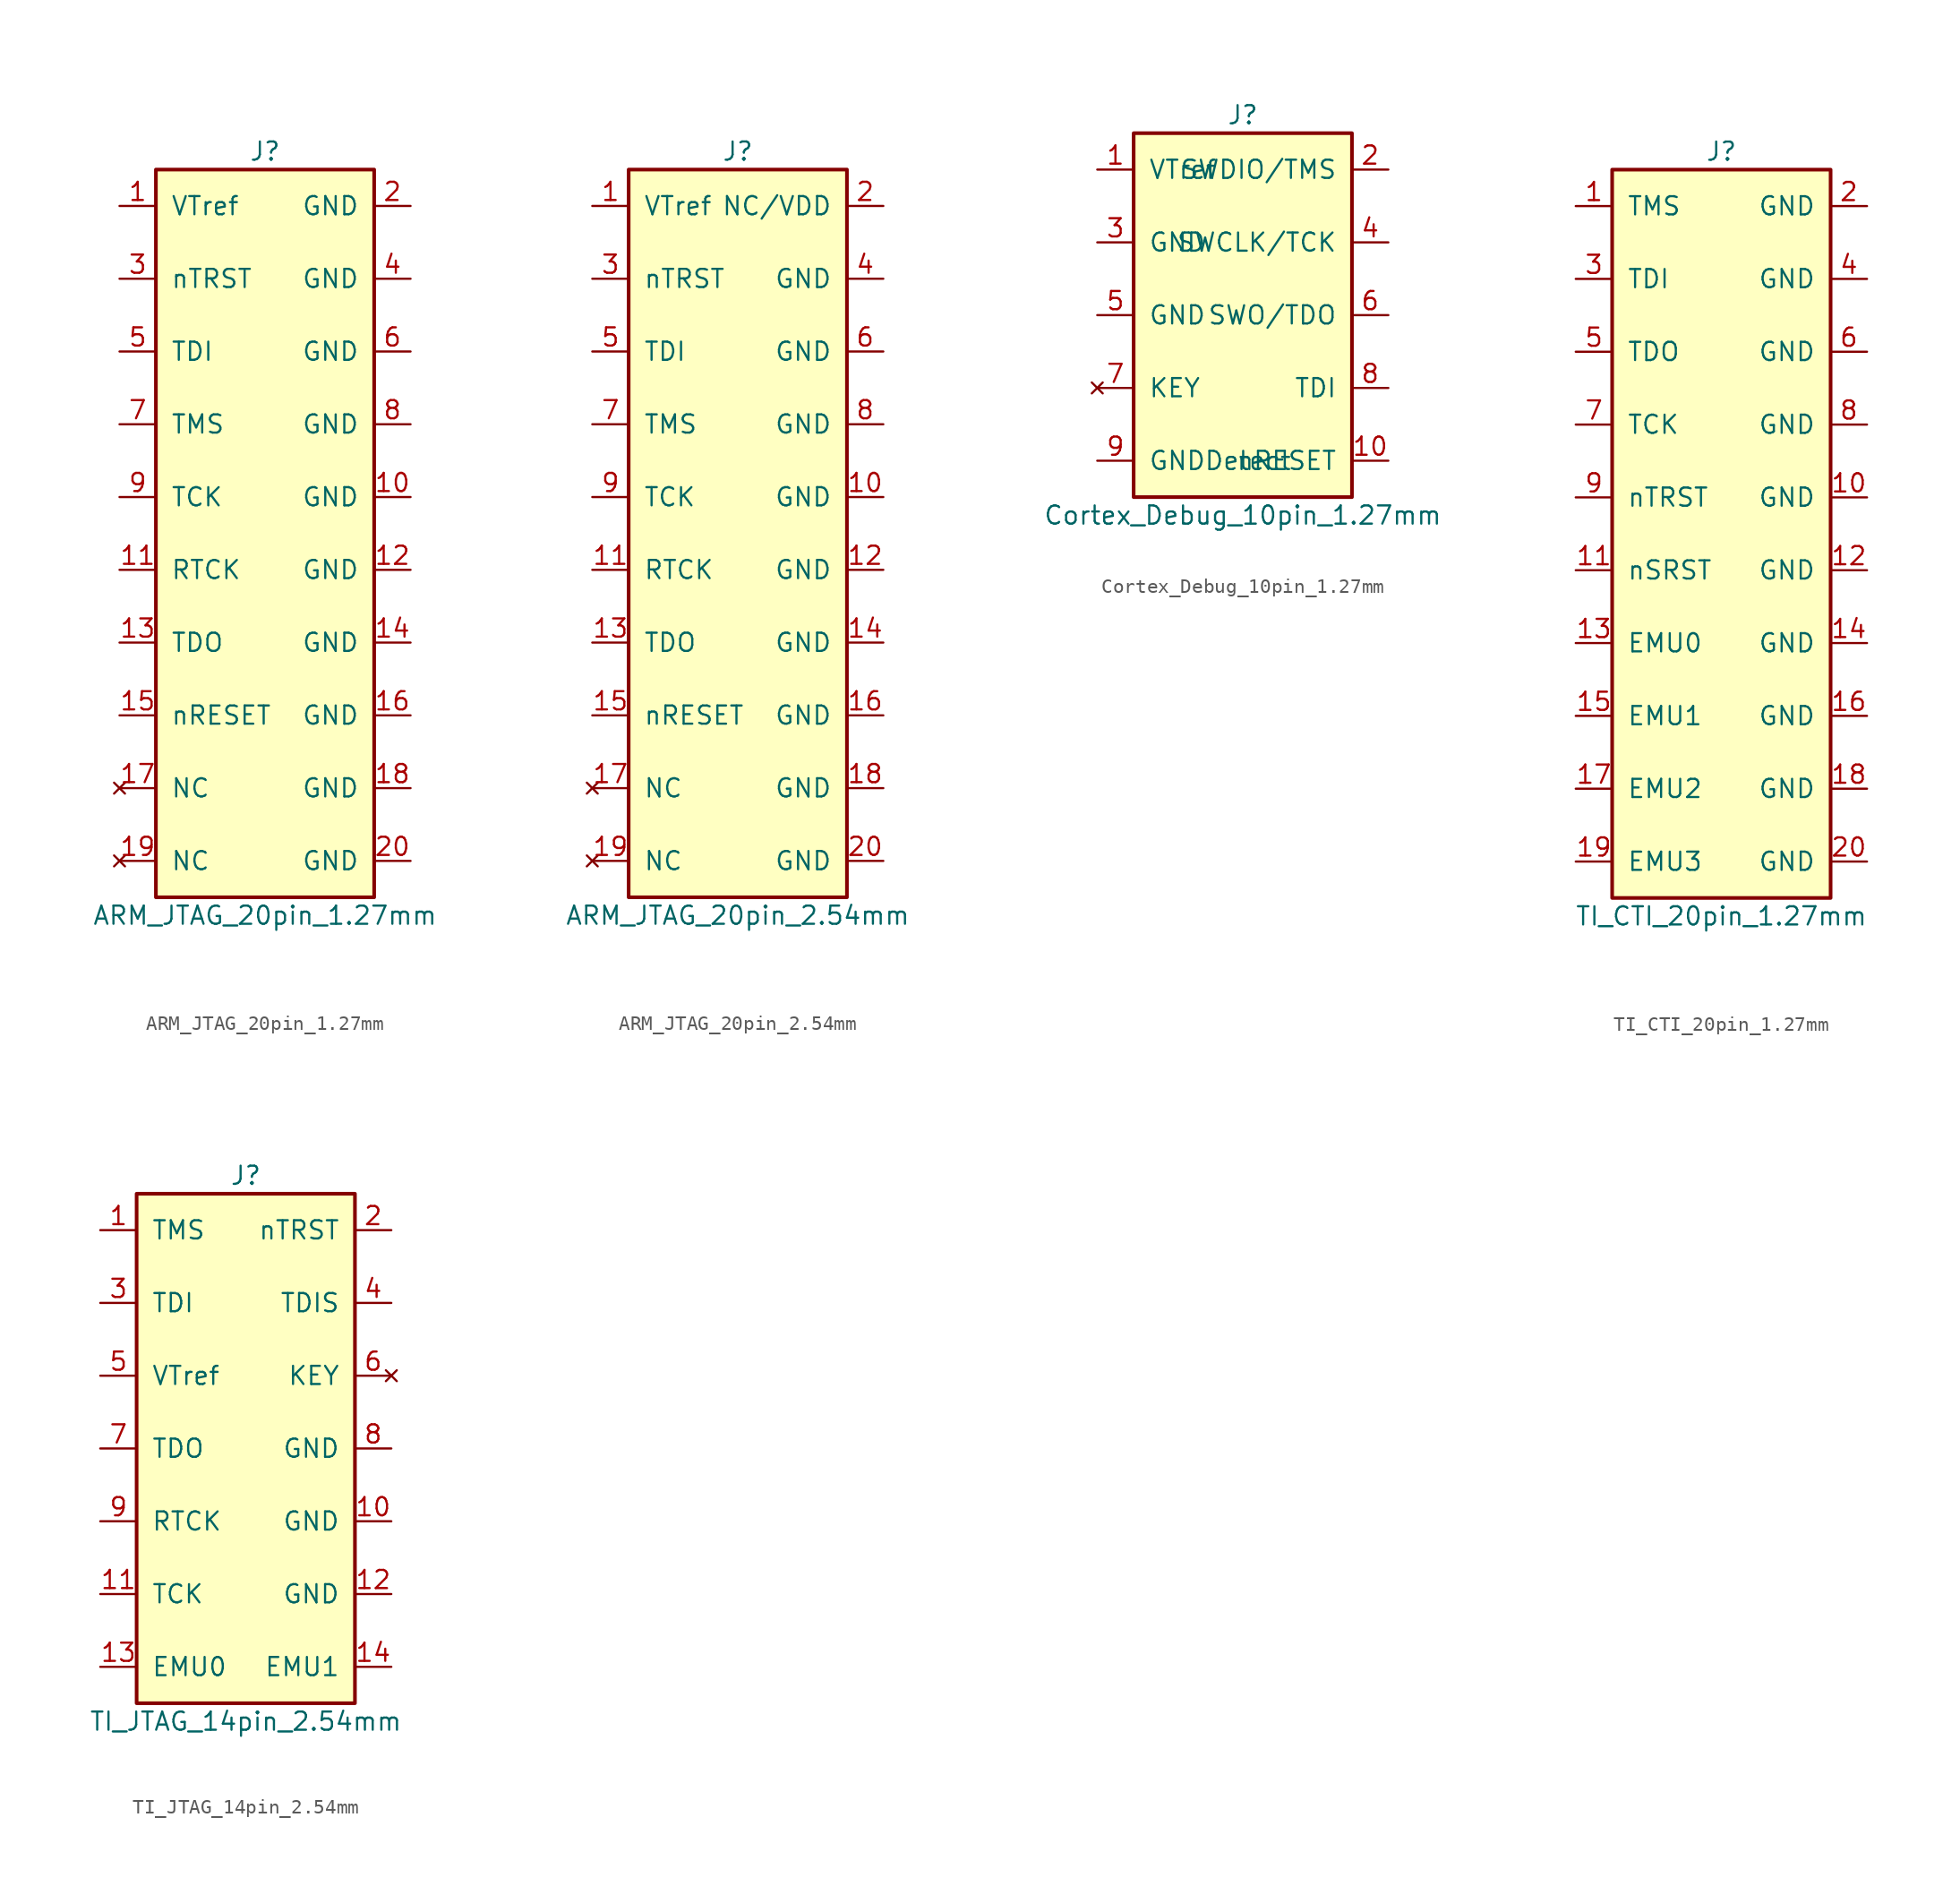
<source format=kicad_sym>
(kicad_symbol_lib
  (version 20231120)
  (generator "python-script")
  (generator_version "2.0")
  (symbol "ARM_JTAG_20pin_1.27mm"
    (pin_names
      (offset 1.016))
    (property "Reference" "J"
      (at 0 26.67 0)
      (effects (font (size 1.27 1.27))))
    (property "Value" "ARM_JTAG_20pin_1.27mm"
      (at 0 -26.67 0)
      (effects (font (size 1.27 1.27))))
    (symbol "ARM_JTAG_20pin_1.27mm_1_1"
      (rectangle (start -7.62 25.40) (end 7.62 -25.40) (stroke (width 0.254) (type default)) (fill (type background)))
      (pin power_in line (at -10.16 22.86 0) (length 2.54) (name "VTref" (effects (font (size 1.27 1.27)))) (number "1" (effects (font (size 1.27 1.27)))))
      (pin power_in line (at 10.16 22.86 180) (length 2.54) (name "GND" (effects (font (size 1.27 1.27)))) (number "2" (effects (font (size 1.27 1.27)))))
      (pin input line (at -10.16 17.78 0) (length 2.54) (name "nTRST" (effects (font (size 1.27 1.27)))) (number "3" (effects (font (size 1.27 1.27)))))
      (pin power_in line (at 10.16 17.78 180) (length 2.54) (name "GND" (effects (font (size 1.27 1.27)))) (number "4" (effects (font (size 1.27 1.27)))))
      (pin input line (at -10.16 12.7 0) (length 2.54) (name "TDI" (effects (font (size 1.27 1.27)))) (number "5" (effects (font (size 1.27 1.27)))))
      (pin power_in line (at 10.16 12.7 180) (length 2.54) (name "GND" (effects (font (size 1.27 1.27)))) (number "6" (effects (font (size 1.27 1.27)))))
      (pin input line (at -10.16 7.62 0) (length 2.54) (name "TMS" (effects (font (size 1.27 1.27)))) (number "7" (effects (font (size 1.27 1.27)))))
      (pin power_in line (at 10.16 7.62 180) (length 2.54) (name "GND" (effects (font (size 1.27 1.27)))) (number "8" (effects (font (size 1.27 1.27)))))
      (pin input line (at -10.16 2.54 0) (length 2.54) (name "TCK" (effects (font (size 1.27 1.27)))) (number "9" (effects (font (size 1.27 1.27)))))
      (pin power_in line (at 10.16 2.54 180) (length 2.54) (name "GND" (effects (font (size 1.27 1.27)))) (number "10" (effects (font (size 1.27 1.27)))))
      (pin output line (at -10.16 -2.54 0) (length 2.54) (name "RTCK" (effects (font (size 1.27 1.27)))) (number "11" (effects (font (size 1.27 1.27)))))
      (pin power_in line (at 10.16 -2.54 180) (length 2.54) (name "GND" (effects (font (size 1.27 1.27)))) (number "12" (effects (font (size 1.27 1.27)))))
      (pin output line (at -10.16 -7.62 0) (length 2.54) (name "TDO" (effects (font (size 1.27 1.27)))) (number "13" (effects (font (size 1.27 1.27)))))
      (pin power_in line (at 10.16 -7.62 180) (length 2.54) (name "GND" (effects (font (size 1.27 1.27)))) (number "14" (effects (font (size 1.27 1.27)))))
      (pin open_collector line (at -10.16 -12.7 0) (length 2.54) (name "nRESET" (effects (font (size 1.27 1.27)))) (number "15" (effects (font (size 1.27 1.27)))))
      (pin power_in line (at 10.16 -12.7 180) (length 2.54) (name "GND" (effects (font (size 1.27 1.27)))) (number "16" (effects (font (size 1.27 1.27)))))
      (pin no_connect line (at -10.16 -17.78 0) (length 2.54) (name "NC" (effects (font (size 1.27 1.27)))) (number "17" (effects (font (size 1.27 1.27)))))
      (pin power_in line (at 10.16 -17.78 180) (length 2.54) (name "GND" (effects (font (size 1.27 1.27)))) (number "18" (effects (font (size 1.27 1.27)))))
      (pin no_connect line (at -10.16 -22.86 0) (length 2.54) (name "NC" (effects (font (size 1.27 1.27)))) (number "19" (effects (font (size 1.27 1.27)))))
      (pin power_in line (at 10.16 -22.86 180) (length 2.54) (name "GND" (effects (font (size 1.27 1.27)))) (number "20" (effects (font (size 1.27 1.27)))))))
  (symbol "ARM_JTAG_20pin_2.54mm"
    (pin_names
      (offset 1.016))
    (property "Reference" "J"
      (at 0 26.67 0)
      (effects (font (size 1.27 1.27))))
    (property "Value" "ARM_JTAG_20pin_2.54mm"
      (at 0 -26.67 0)
      (effects (font (size 1.27 1.27))))
    (symbol "ARM_JTAG_20pin_2.54mm_1_1"
      (rectangle (start -7.62 25.40) (end 7.62 -25.40) (stroke (width 0.254) (type default)) (fill (type background)))
      (pin power_in line (at -10.16 22.86 0) (length 2.54) (name "VTref" (effects (font (size 1.27 1.27)))) (number "1" (effects (font (size 1.27 1.27)))))
      (pin power_in line (at 10.16 22.86 180) (length 2.54) (name "NC/VDD" (effects (font (size 1.27 1.27)))) (number "2" (effects (font (size 1.27 1.27)))))
      (pin input line (at -10.16 17.78 0) (length 2.54) (name "nTRST" (effects (font (size 1.27 1.27)))) (number "3" (effects (font (size 1.27 1.27)))))
      (pin power_in line (at 10.16 17.78 180) (length 2.54) (name "GND" (effects (font (size 1.27 1.27)))) (number "4" (effects (font (size 1.27 1.27)))))
      (pin input line (at -10.16 12.7 0) (length 2.54) (name "TDI" (effects (font (size 1.27 1.27)))) (number "5" (effects (font (size 1.27 1.27)))))
      (pin power_in line (at 10.16 12.7 180) (length 2.54) (name "GND" (effects (font (size 1.27 1.27)))) (number "6" (effects (font (size 1.27 1.27)))))
      (pin input line (at -10.16 7.62 0) (length 2.54) (name "TMS" (effects (font (size 1.27 1.27)))) (number "7" (effects (font (size 1.27 1.27)))))
      (pin power_in line (at 10.16 7.62 180) (length 2.54) (name "GND" (effects (font (size 1.27 1.27)))) (number "8" (effects (font (size 1.27 1.27)))))
      (pin input line (at -10.16 2.54 0) (length 2.54) (name "TCK" (effects (font (size 1.27 1.27)))) (number "9" (effects (font (size 1.27 1.27)))))
      (pin power_in line (at 10.16 2.54 180) (length 2.54) (name "GND" (effects (font (size 1.27 1.27)))) (number "10" (effects (font (size 1.27 1.27)))))
      (pin output line (at -10.16 -2.54 0) (length 2.54) (name "RTCK" (effects (font (size 1.27 1.27)))) (number "11" (effects (font (size 1.27 1.27)))))
      (pin power_in line (at 10.16 -2.54 180) (length 2.54) (name "GND" (effects (font (size 1.27 1.27)))) (number "12" (effects (font (size 1.27 1.27)))))
      (pin output line (at -10.16 -7.62 0) (length 2.54) (name "TDO" (effects (font (size 1.27 1.27)))) (number "13" (effects (font (size 1.27 1.27)))))
      (pin power_in line (at 10.16 -7.62 180) (length 2.54) (name "GND" (effects (font (size 1.27 1.27)))) (number "14" (effects (font (size 1.27 1.27)))))
      (pin open_collector line (at -10.16 -12.7 0) (length 2.54) (name "nRESET" (effects (font (size 1.27 1.27)))) (number "15" (effects (font (size 1.27 1.27)))))
      (pin power_in line (at 10.16 -12.7 180) (length 2.54) (name "GND" (effects (font (size 1.27 1.27)))) (number "16" (effects (font (size 1.27 1.27)))))
      (pin no_connect line (at -10.16 -17.78 0) (length 2.54) (name "NC" (effects (font (size 1.27 1.27)))) (number "17" (effects (font (size 1.27 1.27)))))
      (pin power_in line (at 10.16 -17.78 180) (length 2.54) (name "GND" (effects (font (size 1.27 1.27)))) (number "18" (effects (font (size 1.27 1.27)))))
      (pin no_connect line (at -10.16 -22.86 0) (length 2.54) (name "NC" (effects (font (size 1.27 1.27)))) (number "19" (effects (font (size 1.27 1.27)))))
      (pin power_in line (at 10.16 -22.86 180) (length 2.54) (name "GND" (effects (font (size 1.27 1.27)))) (number "20" (effects (font (size 1.27 1.27)))))))
  (symbol "Cortex_Debug_10pin_1.27mm"
    (pin_names
      (offset 1.016))
    (property "Reference" "J"
      (at 0 13.97 0)
      (effects (font (size 1.27 1.27))))
    (property "Value" "Cortex_Debug_10pin_1.27mm"
      (at 0 -13.97 0)
      (effects (font (size 1.27 1.27))))
    (symbol "Cortex_Debug_10pin_1.27mm_1_1"
      (rectangle (start -7.62 12.70) (end 7.62 -12.70) (stroke (width 0.254) (type default)) (fill (type background)))
      (pin power_in line (at -10.16 10.16 0) (length 2.54) (name "VTref" (effects (font (size 1.27 1.27)))) (number "1" (effects (font (size 1.27 1.27)))))
      (pin bidirectional line (at 10.16 10.16 180) (length 2.54) (name "SWDIO/TMS" (effects (font (size 1.27 1.27)))) (number "2" (effects (font (size 1.27 1.27)))))
      (pin power_in line (at -10.16 5.08 0) (length 2.54) (name "GND" (effects (font (size 1.27 1.27)))) (number "3" (effects (font (size 1.27 1.27)))))
      (pin input line (at 10.16 5.08 180) (length 2.54) (name "SWCLK/TCK" (effects (font (size 1.27 1.27)))) (number "4" (effects (font (size 1.27 1.27)))))
      (pin power_in line (at -10.16 0.0 0) (length 2.54) (name "GND" (effects (font (size 1.27 1.27)))) (number "5" (effects (font (size 1.27 1.27)))))
      (pin output line (at 10.16 0.0 180) (length 2.54) (name "SWO/TDO" (effects (font (size 1.27 1.27)))) (number "6" (effects (font (size 1.27 1.27)))))
      (pin no_connect line (at -10.16 -5.08 0) (length 2.54) (name "KEY" (effects (font (size 1.27 1.27)))) (number "7" (effects (font (size 1.27 1.27)))))
      (pin input line (at 10.16 -5.08 180) (length 2.54) (name "TDI" (effects (font (size 1.27 1.27)))) (number "8" (effects (font (size 1.27 1.27)))))
      (pin power_in line (at -10.16 -10.16 0) (length 2.54) (name "GNDDetect" (effects (font (size 1.27 1.27)))) (number "9" (effects (font (size 1.27 1.27)))))
      (pin open_collector line (at 10.16 -10.16 180) (length 2.54) (name "nRESET" (effects (font (size 1.27 1.27)))) (number "10" (effects (font (size 1.27 1.27)))))))
  (symbol "TI_CTI_20pin_1.27mm"
    (pin_names
      (offset 1.016))
    (property "Reference" "J"
      (at 0 26.67 0)
      (effects (font (size 1.27 1.27))))
    (property "Value" "TI_CTI_20pin_1.27mm"
      (at 0 -26.67 0)
      (effects (font (size 1.27 1.27))))
    (symbol "TI_CTI_20pin_1.27mm_1_1"
      (rectangle (start -7.62 25.40) (end 7.62 -25.40) (stroke (width 0.254) (type default)) (fill (type background)))
      (pin input line (at -10.16 22.86 0) (length 2.54) (name "TMS" (effects (font (size 1.27 1.27)))) (number "1" (effects (font (size 1.27 1.27)))))
      (pin power_in line (at 10.16 22.86 180) (length 2.54) (name "GND" (effects (font (size 1.27 1.27)))) (number "2" (effects (font (size 1.27 1.27)))))
      (pin input line (at -10.16 17.78 0) (length 2.54) (name "TDI" (effects (font (size 1.27 1.27)))) (number "3" (effects (font (size 1.27 1.27)))))
      (pin power_in line (at 10.16 17.78 180) (length 2.54) (name "GND" (effects (font (size 1.27 1.27)))) (number "4" (effects (font (size 1.27 1.27)))))
      (pin output line (at -10.16 12.7 0) (length 2.54) (name "TDO" (effects (font (size 1.27 1.27)))) (number "5" (effects (font (size 1.27 1.27)))))
      (pin power_in line (at 10.16 12.7 180) (length 2.54) (name "GND" (effects (font (size 1.27 1.27)))) (number "6" (effects (font (size 1.27 1.27)))))
      (pin input line (at -10.16 7.62 0) (length 2.54) (name "TCK" (effects (font (size 1.27 1.27)))) (number "7" (effects (font (size 1.27 1.27)))))
      (pin power_in line (at 10.16 7.62 180) (length 2.54) (name "GND" (effects (font (size 1.27 1.27)))) (number "8" (effects (font (size 1.27 1.27)))))
      (pin input line (at -10.16 2.54 0) (length 2.54) (name "nTRST" (effects (font (size 1.27 1.27)))) (number "9" (effects (font (size 1.27 1.27)))))
      (pin power_in line (at 10.16 2.54 180) (length 2.54) (name "GND" (effects (font (size 1.27 1.27)))) (number "10" (effects (font (size 1.27 1.27)))))
      (pin open_collector line (at -10.16 -2.54 0) (length 2.54) (name "nSRST" (effects (font (size 1.27 1.27)))) (number "11" (effects (font (size 1.27 1.27)))))
      (pin power_in line (at 10.16 -2.54 180) (length 2.54) (name "GND" (effects (font (size 1.27 1.27)))) (number "12" (effects (font (size 1.27 1.27)))))
      (pin bidirectional line (at -10.16 -7.62 0) (length 2.54) (name "EMU0" (effects (font (size 1.27 1.27)))) (number "13" (effects (font (size 1.27 1.27)))))
      (pin power_in line (at 10.16 -7.62 180) (length 2.54) (name "GND" (effects (font (size 1.27 1.27)))) (number "14" (effects (font (size 1.27 1.27)))))
      (pin bidirectional line (at -10.16 -12.7 0) (length 2.54) (name "EMU1" (effects (font (size 1.27 1.27)))) (number "15" (effects (font (size 1.27 1.27)))))
      (pin power_in line (at 10.16 -12.7 180) (length 2.54) (name "GND" (effects (font (size 1.27 1.27)))) (number "16" (effects (font (size 1.27 1.27)))))
      (pin bidirectional line (at -10.16 -17.78 0) (length 2.54) (name "EMU2" (effects (font (size 1.27 1.27)))) (number "17" (effects (font (size 1.27 1.27)))))
      (pin power_in line (at 10.16 -17.78 180) (length 2.54) (name "GND" (effects (font (size 1.27 1.27)))) (number "18" (effects (font (size 1.27 1.27)))))
      (pin bidirectional line (at -10.16 -22.86 0) (length 2.54) (name "EMU3" (effects (font (size 1.27 1.27)))) (number "19" (effects (font (size 1.27 1.27)))))
      (pin power_in line (at 10.16 -22.86 180) (length 2.54) (name "GND" (effects (font (size 1.27 1.27)))) (number "20" (effects (font (size 1.27 1.27)))))))
  (symbol "TI_JTAG_14pin_2.54mm"
    (pin_names
      (offset 1.016))
    (property "Reference" "J"
      (at 0 19.05 0)
      (effects (font (size 1.27 1.27))))
    (property "Value" "TI_JTAG_14pin_2.54mm"
      (at 0 -19.05 0)
      (effects (font (size 1.27 1.27))))
    (symbol "TI_JTAG_14pin_2.54mm_1_1"
      (rectangle (start -7.62 17.78) (end 7.62 -17.78) (stroke (width 0.254) (type default)) (fill (type background)))
      (pin input line (at -10.16 15.24 0) (length 2.54) (name "TMS" (effects (font (size 1.27 1.27)))) (number "1" (effects (font (size 1.27 1.27)))))
      (pin input line (at 10.16 15.24 180) (length 2.54) (name "nTRST" (effects (font (size 1.27 1.27)))) (number "2" (effects (font (size 1.27 1.27)))))
      (pin input line (at -10.16 10.16 0) (length 2.54) (name "TDI" (effects (font (size 1.27 1.27)))) (number "3" (effects (font (size 1.27 1.27)))))
      (pin input line (at 10.16 10.16 180) (length 2.54) (name "TDIS" (effects (font (size 1.27 1.27)))) (number "4" (effects (font (size 1.27 1.27)))))
      (pin power_in line (at -10.16 5.08 0) (length 2.54) (name "VTref" (effects (font (size 1.27 1.27)))) (number "5" (effects (font (size 1.27 1.27)))))
      (pin no_connect line (at 10.16 5.08 180) (length 2.54) (name "KEY" (effects (font (size 1.27 1.27)))) (number "6" (effects (font (size 1.27 1.27)))))
      (pin output line (at -10.16 0.0 0) (length 2.54) (name "TDO" (effects (font (size 1.27 1.27)))) (number "7" (effects (font (size 1.27 1.27)))))
      (pin power_in line (at 10.16 0.0 180) (length 2.54) (name "GND" (effects (font (size 1.27 1.27)))) (number "8" (effects (font (size 1.27 1.27)))))
      (pin output line (at -10.16 -5.08 0) (length 2.54) (name "RTCK" (effects (font (size 1.27 1.27)))) (number "9" (effects (font (size 1.27 1.27)))))
      (pin power_in line (at 10.16 -5.08 180) (length 2.54) (name "GND" (effects (font (size 1.27 1.27)))) (number "10" (effects (font (size 1.27 1.27)))))
      (pin input line (at -10.16 -10.16 0) (length 2.54) (name "TCK" (effects (font (size 1.27 1.27)))) (number "11" (effects (font (size 1.27 1.27)))))
      (pin power_in line (at 10.16 -10.16 180) (length 2.54) (name "GND" (effects (font (size 1.27 1.27)))) (number "12" (effects (font (size 1.27 1.27)))))
      (pin bidirectional line (at -10.16 -15.24 0) (length 2.54) (name "EMU0" (effects (font (size 1.27 1.27)))) (number "13" (effects (font (size 1.27 1.27)))))
      (pin bidirectional line (at 10.16 -15.24 180) (length 2.54) (name "EMU1" (effects (font (size 1.27 1.27)))) (number "14" (effects (font (size 1.27 1.27))))))))
</source>
